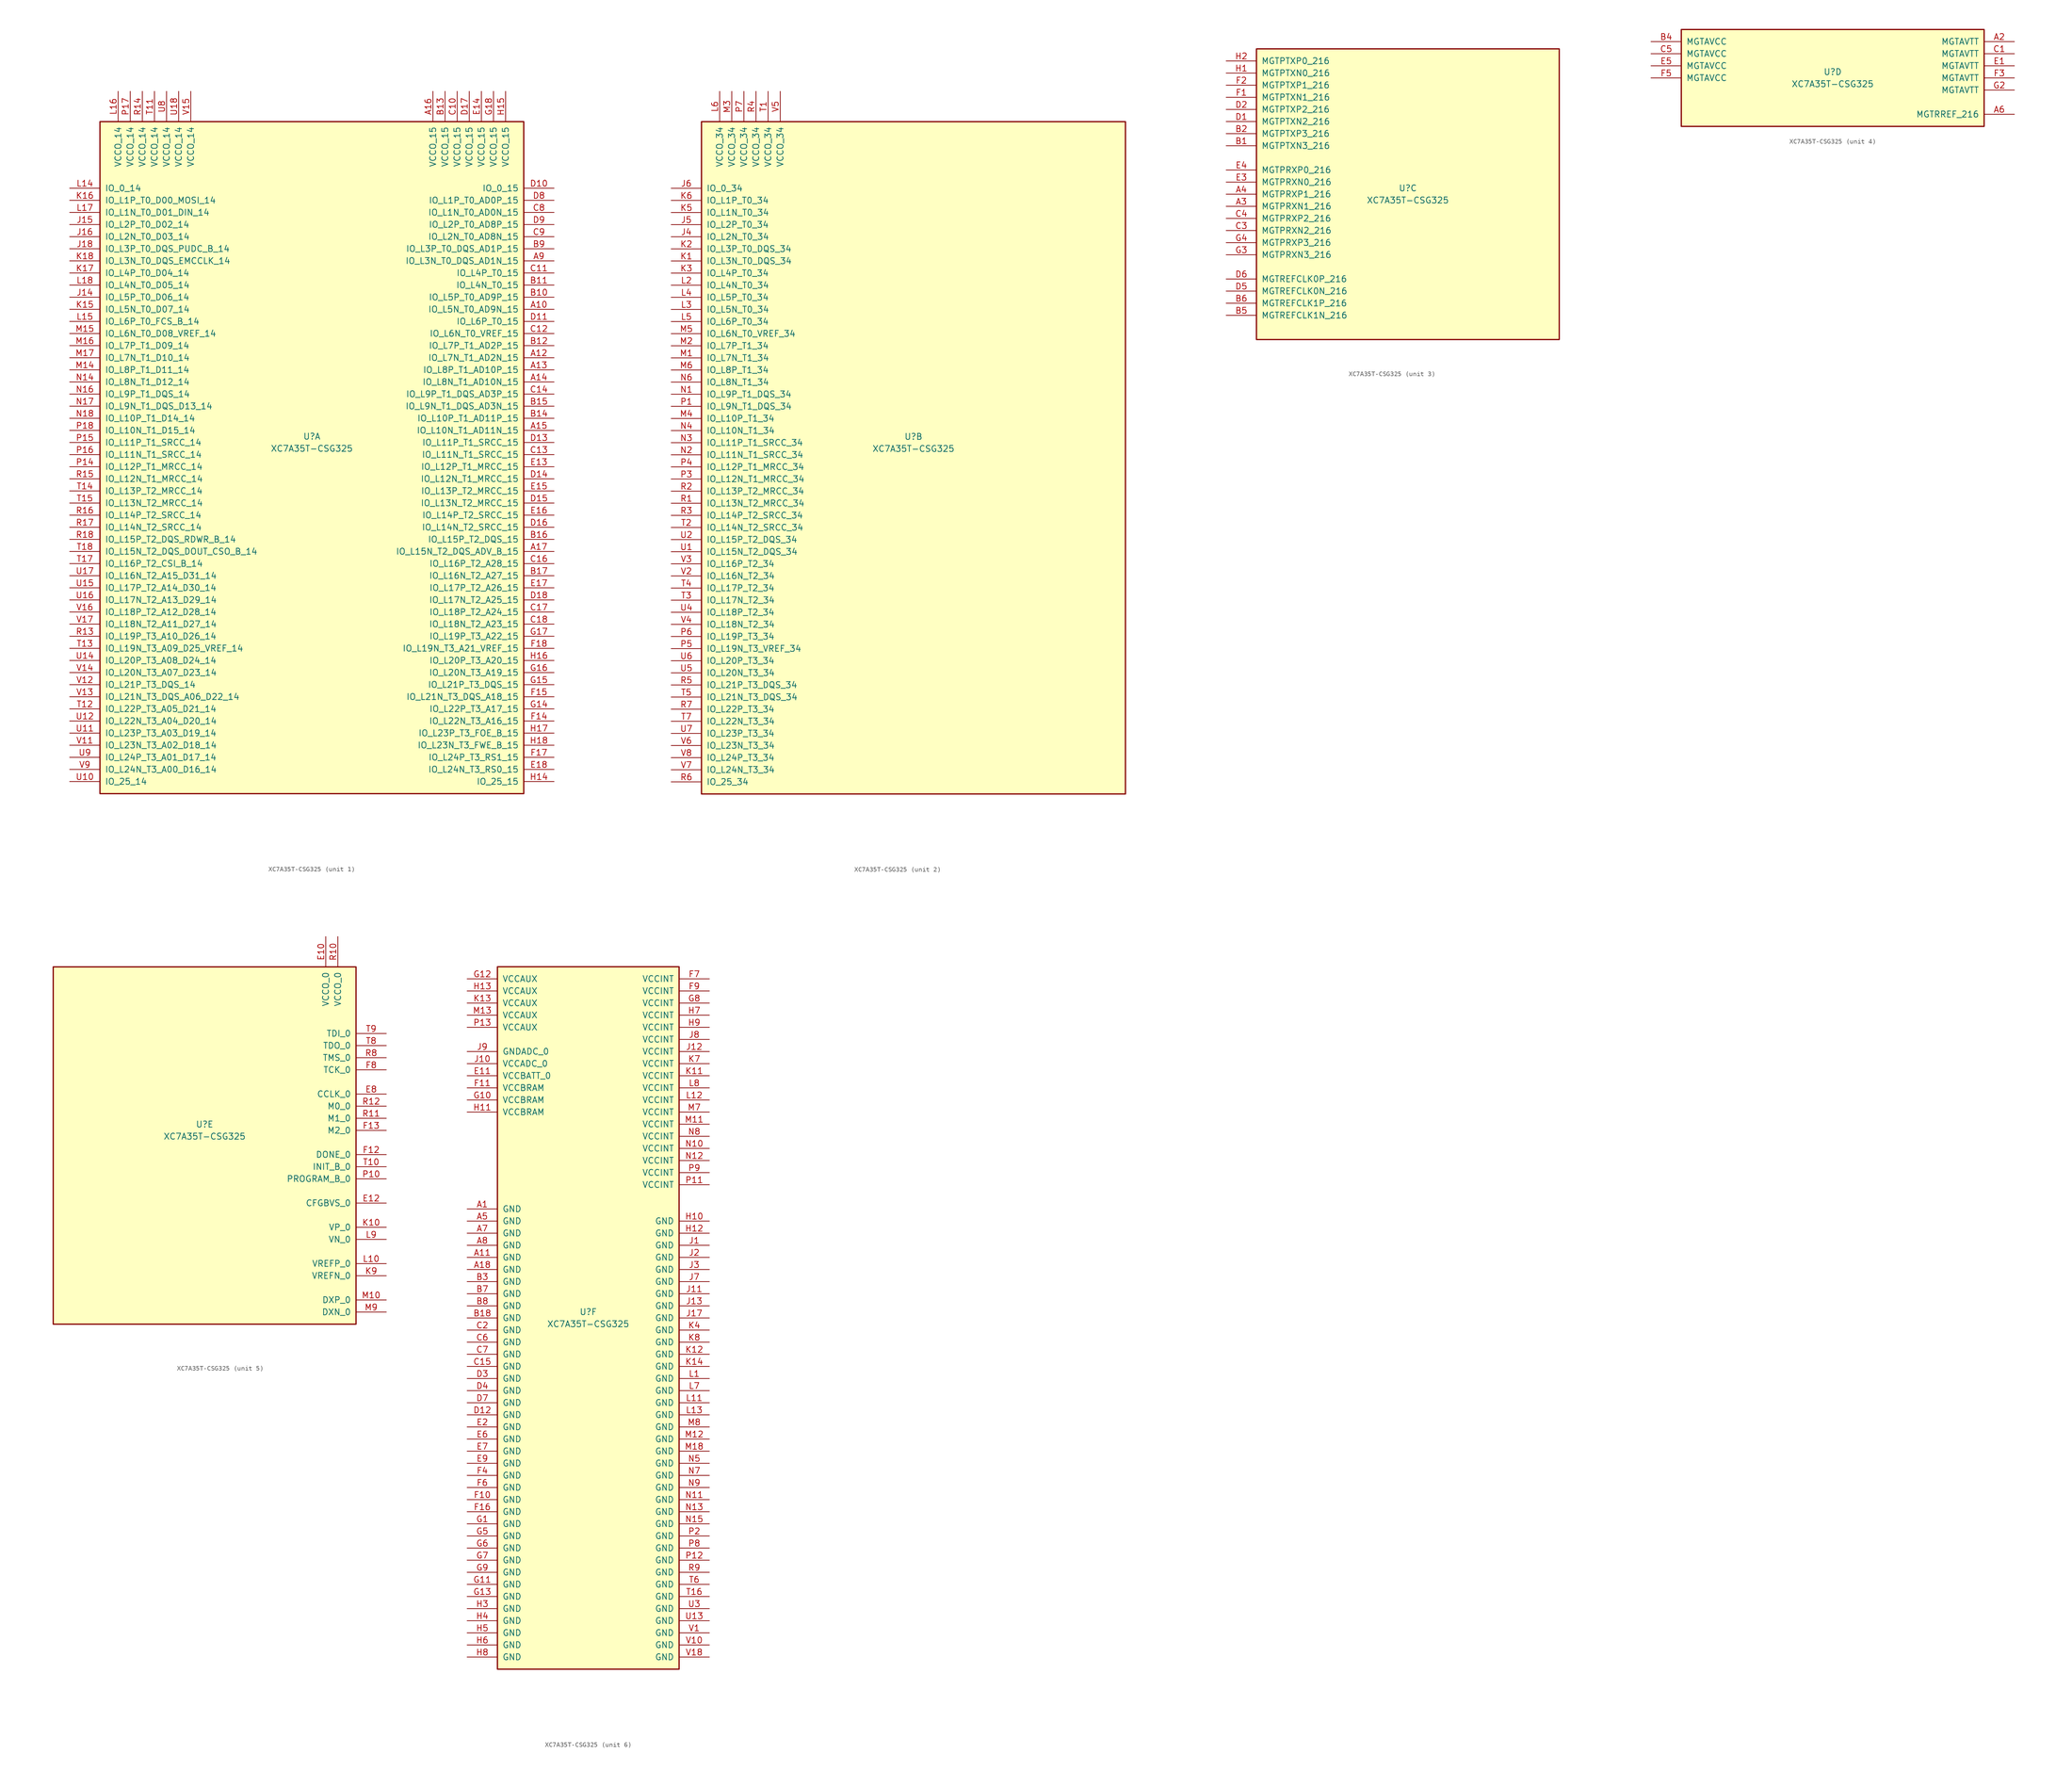
<source format=kicad_sym>
(kicad_symbol_lib
  (version 20231120)
  (generator "kicad_symbol_editor")
  (generator_version "8.0")
  (symbol "XC7A35T-CSG325"
    (pin_names
      (offset 1.016))
    (property "Reference" "U"
      (at 0 1.27 0)
      (effects (font (size 1.27 1.27))))
    (property "Value" "XC7A35T-CSG325"
      (at 0 -1.27 0)
      (effects (font (size 1.27 1.27))))
    (property "Datasheet" ""
      (at 0 0 0)
      (effects (font (size 1.27 1.27))))
    (property "ki_locked" ""
      (at 0 0 0)
      (effects (font (size 1.27 1.27))))
    (symbol "XC7A35T-CSG325_1_1"
      (rectangle (start -44.45 67.31) (end 44.45 -73.66) (stroke (width 0.254) (type default)) (fill (type background)))
      (pin bidirectional line (at 50.8 27.94 180) (length 6.35) (name "IO_L5N_T0_AD9N_15" (effects (font (size 1.27 1.27)))) (number "A10" (effects (font (size 1.27 1.27)))))
      (pin bidirectional line (at 50.8 17.78 180) (length 6.35) (name "IO_L7N_T1_AD2N_15" (effects (font (size 1.27 1.27)))) (number "A12" (effects (font (size 1.27 1.27)))))
      (pin bidirectional line (at 50.8 15.24 180) (length 6.35) (name "IO_L8P_T1_AD10P_15" (effects (font (size 1.27 1.27)))) (number "A13" (effects (font (size 1.27 1.27)))))
      (pin bidirectional line (at 50.8 12.7 180) (length 6.35) (name "IO_L8N_T1_AD10N_15" (effects (font (size 1.27 1.27)))) (number "A14" (effects (font (size 1.27 1.27)))))
      (pin bidirectional line (at 50.8 2.54 180) (length 6.35) (name "IO_L10N_T1_AD11N_15" (effects (font (size 1.27 1.27)))) (number "A15" (effects (font (size 1.27 1.27)))))
      (pin power_in line (at 25.4 73.66 270) (length 6.35) (name "VCCO_15" (effects (font (size 1.27 1.27)))) (number "A16" (effects (font (size 1.27 1.27)))))
      (pin bidirectional line (at 50.8 -22.86 180) (length 6.35) (name "IO_L15N_T2_DQS_ADV_B_15" (effects (font (size 1.27 1.27)))) (number "A17" (effects (font (size 1.27 1.27)))))
      (pin bidirectional line (at 50.8 38.1 180) (length 6.35) (name "IO_L3N_T0_DQS_AD1N_15" (effects (font (size 1.27 1.27)))) (number "A9" (effects (font (size 1.27 1.27)))))
      (pin bidirectional line (at 50.8 30.48 180) (length 6.35) (name "IO_L5P_T0_AD9P_15" (effects (font (size 1.27 1.27)))) (number "B10" (effects (font (size 1.27 1.27)))))
      (pin bidirectional line (at 50.8 33.02 180) (length 6.35) (name "IO_L4N_T0_15" (effects (font (size 1.27 1.27)))) (number "B11" (effects (font (size 1.27 1.27)))))
      (pin bidirectional line (at 50.8 20.32 180) (length 6.35) (name "IO_L7P_T1_AD2P_15" (effects (font (size 1.27 1.27)))) (number "B12" (effects (font (size 1.27 1.27)))))
      (pin power_in line (at 27.94 73.66 270) (length 6.35) (name "VCCO_15" (effects (font (size 1.27 1.27)))) (number "B13" (effects (font (size 1.27 1.27)))))
      (pin bidirectional line (at 50.8 5.08 180) (length 6.35) (name "IO_L10P_T1_AD11P_15" (effects (font (size 1.27 1.27)))) (number "B14" (effects (font (size 1.27 1.27)))))
      (pin bidirectional line (at 50.8 7.62 180) (length 6.35) (name "IO_L9N_T1_DQS_AD3N_15" (effects (font (size 1.27 1.27)))) (number "B15" (effects (font (size 1.27 1.27)))))
      (pin bidirectional line (at 50.8 -20.32 180) (length 6.35) (name "IO_L15P_T2_DQS_15" (effects (font (size 1.27 1.27)))) (number "B16" (effects (font (size 1.27 1.27)))))
      (pin bidirectional line (at 50.8 -27.94 180) (length 6.35) (name "IO_L16N_T2_A27_15" (effects (font (size 1.27 1.27)))) (number "B17" (effects (font (size 1.27 1.27)))))
      (pin bidirectional line (at 50.8 40.64 180) (length 6.35) (name "IO_L3P_T0_DQS_AD1P_15" (effects (font (size 1.27 1.27)))) (number "B9" (effects (font (size 1.27 1.27)))))
      (pin power_in line (at 30.48 73.66 270) (length 6.35) (name "VCCO_15" (effects (font (size 1.27 1.27)))) (number "C10" (effects (font (size 1.27 1.27)))))
      (pin bidirectional line (at 50.8 35.56 180) (length 6.35) (name "IO_L4P_T0_15" (effects (font (size 1.27 1.27)))) (number "C11" (effects (font (size 1.27 1.27)))))
      (pin bidirectional line (at 50.8 22.86 180) (length 6.35) (name "IO_L6N_T0_VREF_15" (effects (font (size 1.27 1.27)))) (number "C12" (effects (font (size 1.27 1.27)))))
      (pin bidirectional line (at 50.8 -2.54 180) (length 6.35) (name "IO_L11N_T1_SRCC_15" (effects (font (size 1.27 1.27)))) (number "C13" (effects (font (size 1.27 1.27)))))
      (pin bidirectional line (at 50.8 10.16 180) (length 6.35) (name "IO_L9P_T1_DQS_AD3P_15" (effects (font (size 1.27 1.27)))) (number "C14" (effects (font (size 1.27 1.27)))))
      (pin bidirectional line (at 50.8 -25.4 180) (length 6.35) (name "IO_L16P_T2_A28_15" (effects (font (size 1.27 1.27)))) (number "C16" (effects (font (size 1.27 1.27)))))
      (pin bidirectional line (at 50.8 -35.56 180) (length 6.35) (name "IO_L18P_T2_A24_15" (effects (font (size 1.27 1.27)))) (number "C17" (effects (font (size 1.27 1.27)))))
      (pin bidirectional line (at 50.8 -38.1 180) (length 6.35) (name "IO_L18N_T2_A23_15" (effects (font (size 1.27 1.27)))) (number "C18" (effects (font (size 1.27 1.27)))))
      (pin bidirectional line (at 50.8 48.26 180) (length 6.35) (name "IO_L1N_T0_AD0N_15" (effects (font (size 1.27 1.27)))) (number "C8" (effects (font (size 1.27 1.27)))))
      (pin bidirectional line (at 50.8 43.18 180) (length 6.35) (name "IO_L2N_T0_AD8N_15" (effects (font (size 1.27 1.27)))) (number "C9" (effects (font (size 1.27 1.27)))))
      (pin bidirectional line (at 50.8 53.34 180) (length 6.35) (name "IO_0_15" (effects (font (size 1.27 1.27)))) (number "D10" (effects (font (size 1.27 1.27)))))
      (pin bidirectional line (at 50.8 25.4 180) (length 6.35) (name "IO_L6P_T0_15" (effects (font (size 1.27 1.27)))) (number "D11" (effects (font (size 1.27 1.27)))))
      (pin bidirectional line (at 50.8 0 180) (length 6.35) (name "IO_L11P_T1_SRCC_15" (effects (font (size 1.27 1.27)))) (number "D13" (effects (font (size 1.27 1.27)))))
      (pin bidirectional line (at 50.8 -7.62 180) (length 6.35) (name "IO_L12N_T1_MRCC_15" (effects (font (size 1.27 1.27)))) (number "D14" (effects (font (size 1.27 1.27)))))
      (pin bidirectional line (at 50.8 -12.7 180) (length 6.35) (name "IO_L13N_T2_MRCC_15" (effects (font (size 1.27 1.27)))) (number "D15" (effects (font (size 1.27 1.27)))))
      (pin bidirectional line (at 50.8 -17.78 180) (length 6.35) (name "IO_L14N_T2_SRCC_15" (effects (font (size 1.27 1.27)))) (number "D16" (effects (font (size 1.27 1.27)))))
      (pin power_in line (at 33.02 73.66 270) (length 6.35) (name "VCCO_15" (effects (font (size 1.27 1.27)))) (number "D17" (effects (font (size 1.27 1.27)))))
      (pin bidirectional line (at 50.8 -33.02 180) (length 6.35) (name "IO_L17N_T2_A25_15" (effects (font (size 1.27 1.27)))) (number "D18" (effects (font (size 1.27 1.27)))))
      (pin bidirectional line (at 50.8 50.8 180) (length 6.35) (name "IO_L1P_T0_AD0P_15" (effects (font (size 1.27 1.27)))) (number "D8" (effects (font (size 1.27 1.27)))))
      (pin bidirectional line (at 50.8 45.72 180) (length 6.35) (name "IO_L2P_T0_AD8P_15" (effects (font (size 1.27 1.27)))) (number "D9" (effects (font (size 1.27 1.27)))))
      (pin bidirectional line (at 50.8 -5.08 180) (length 6.35) (name "IO_L12P_T1_MRCC_15" (effects (font (size 1.27 1.27)))) (number "E13" (effects (font (size 1.27 1.27)))))
      (pin power_in line (at 35.56 73.66 270) (length 6.35) (name "VCCO_15" (effects (font (size 1.27 1.27)))) (number "E14" (effects (font (size 1.27 1.27)))))
      (pin bidirectional line (at 50.8 -10.16 180) (length 6.35) (name "IO_L13P_T2_MRCC_15" (effects (font (size 1.27 1.27)))) (number "E15" (effects (font (size 1.27 1.27)))))
      (pin bidirectional line (at 50.8 -15.24 180) (length 6.35) (name "IO_L14P_T2_SRCC_15" (effects (font (size 1.27 1.27)))) (number "E16" (effects (font (size 1.27 1.27)))))
      (pin bidirectional line (at 50.8 -30.48 180) (length 6.35) (name "IO_L17P_T2_A26_15" (effects (font (size 1.27 1.27)))) (number "E17" (effects (font (size 1.27 1.27)))))
      (pin bidirectional line (at 50.8 -68.58 180) (length 6.35) (name "IO_L24N_T3_RS0_15" (effects (font (size 1.27 1.27)))) (number "E18" (effects (font (size 1.27 1.27)))))
      (pin bidirectional line (at 50.8 -58.42 180) (length 6.35) (name "IO_L22N_T3_A16_15" (effects (font (size 1.27 1.27)))) (number "F14" (effects (font (size 1.27 1.27)))))
      (pin bidirectional line (at 50.8 -53.34 180) (length 6.35) (name "IO_L21N_T3_DQS_A18_15" (effects (font (size 1.27 1.27)))) (number "F15" (effects (font (size 1.27 1.27)))))
      (pin bidirectional line (at 50.8 -66.04 180) (length 6.35) (name "IO_L24P_T3_RS1_15" (effects (font (size 1.27 1.27)))) (number "F17" (effects (font (size 1.27 1.27)))))
      (pin bidirectional line (at 50.8 -43.18 180) (length 6.35) (name "IO_L19N_T3_A21_VREF_15" (effects (font (size 1.27 1.27)))) (number "F18" (effects (font (size 1.27 1.27)))))
      (pin bidirectional line (at 50.8 -55.88 180) (length 6.35) (name "IO_L22P_T3_A17_15" (effects (font (size 1.27 1.27)))) (number "G14" (effects (font (size 1.27 1.27)))))
      (pin bidirectional line (at 50.8 -50.8 180) (length 6.35) (name "IO_L21P_T3_DQS_15" (effects (font (size 1.27 1.27)))) (number "G15" (effects (font (size 1.27 1.27)))))
      (pin bidirectional line (at 50.8 -48.26 180) (length 6.35) (name "IO_L20N_T3_A19_15" (effects (font (size 1.27 1.27)))) (number "G16" (effects (font (size 1.27 1.27)))))
      (pin bidirectional line (at 50.8 -40.64 180) (length 6.35) (name "IO_L19P_T3_A22_15" (effects (font (size 1.27 1.27)))) (number "G17" (effects (font (size 1.27 1.27)))))
      (pin power_in line (at 38.1 73.66 270) (length 6.35) (name "VCCO_15" (effects (font (size 1.27 1.27)))) (number "G18" (effects (font (size 1.27 1.27)))))
      (pin bidirectional line (at 50.8 -71.12 180) (length 6.35) (name "IO_25_15" (effects (font (size 1.27 1.27)))) (number "H14" (effects (font (size 1.27 1.27)))))
      (pin power_in line (at 40.64 73.66 270) (length 6.35) (name "VCCO_15" (effects (font (size 1.27 1.27)))) (number "H15" (effects (font (size 1.27 1.27)))))
      (pin bidirectional line (at 50.8 -45.72 180) (length 6.35) (name "IO_L20P_T3_A20_15" (effects (font (size 1.27 1.27)))) (number "H16" (effects (font (size 1.27 1.27)))))
      (pin bidirectional line (at 50.8 -60.96 180) (length 6.35) (name "IO_L23P_T3_FOE_B_15" (effects (font (size 1.27 1.27)))) (number "H17" (effects (font (size 1.27 1.27)))))
      (pin bidirectional line (at 50.8 -63.5 180) (length 6.35) (name "IO_L23N_T3_FWE_B_15" (effects (font (size 1.27 1.27)))) (number "H18" (effects (font (size 1.27 1.27)))))
      (pin bidirectional line (at -50.8 30.48 0) (length 6.35) (name "IO_L5P_T0_D06_14" (effects (font (size 1.27 1.27)))) (number "J14" (effects (font (size 1.27 1.27)))))
      (pin bidirectional line (at -50.8 45.72 0) (length 6.35) (name "IO_L2P_T0_D02_14" (effects (font (size 1.27 1.27)))) (number "J15" (effects (font (size 1.27 1.27)))))
      (pin bidirectional line (at -50.8 43.18 0) (length 6.35) (name "IO_L2N_T0_D03_14" (effects (font (size 1.27 1.27)))) (number "J16" (effects (font (size 1.27 1.27)))))
      (pin bidirectional line (at -50.8 40.64 0) (length 6.35) (name "IO_L3P_T0_DQS_PUDC_B_14" (effects (font (size 1.27 1.27)))) (number "J18" (effects (font (size 1.27 1.27)))))
      (pin bidirectional line (at -50.8 27.94 0) (length 6.35) (name "IO_L5N_T0_D07_14" (effects (font (size 1.27 1.27)))) (number "K15" (effects (font (size 1.27 1.27)))))
      (pin bidirectional line (at -50.8 50.8 0) (length 6.35) (name "IO_L1P_T0_D00_MOSI_14" (effects (font (size 1.27 1.27)))) (number "K16" (effects (font (size 1.27 1.27)))))
      (pin bidirectional line (at -50.8 35.56 0) (length 6.35) (name "IO_L4P_T0_D04_14" (effects (font (size 1.27 1.27)))) (number "K17" (effects (font (size 1.27 1.27)))))
      (pin bidirectional line (at -50.8 38.1 0) (length 6.35) (name "IO_L3N_T0_DQS_EMCCLK_14" (effects (font (size 1.27 1.27)))) (number "K18" (effects (font (size 1.27 1.27)))))
      (pin bidirectional line (at -50.8 53.34 0) (length 6.35) (name "IO_0_14" (effects (font (size 1.27 1.27)))) (number "L14" (effects (font (size 1.27 1.27)))))
      (pin bidirectional line (at -50.8 25.4 0) (length 6.35) (name "IO_L6P_T0_FCS_B_14" (effects (font (size 1.27 1.27)))) (number "L15" (effects (font (size 1.27 1.27)))))
      (pin power_in line (at -40.64 73.66 270) (length 6.35) (name "VCCO_14" (effects (font (size 1.27 1.27)))) (number "L16" (effects (font (size 1.27 1.27)))))
      (pin bidirectional line (at -50.8 48.26 0) (length 6.35) (name "IO_L1N_T0_D01_DIN_14" (effects (font (size 1.27 1.27)))) (number "L17" (effects (font (size 1.27 1.27)))))
      (pin bidirectional line (at -50.8 33.02 0) (length 6.35) (name "IO_L4N_T0_D05_14" (effects (font (size 1.27 1.27)))) (number "L18" (effects (font (size 1.27 1.27)))))
      (pin bidirectional line (at -50.8 15.24 0) (length 6.35) (name "IO_L8P_T1_D11_14" (effects (font (size 1.27 1.27)))) (number "M14" (effects (font (size 1.27 1.27)))))
      (pin bidirectional line (at -50.8 22.86 0) (length 6.35) (name "IO_L6N_T0_D08_VREF_14" (effects (font (size 1.27 1.27)))) (number "M15" (effects (font (size 1.27 1.27)))))
      (pin bidirectional line (at -50.8 20.32 0) (length 6.35) (name "IO_L7P_T1_D09_14" (effects (font (size 1.27 1.27)))) (number "M16" (effects (font (size 1.27 1.27)))))
      (pin bidirectional line (at -50.8 17.78 0) (length 6.35) (name "IO_L7N_T1_D10_14" (effects (font (size 1.27 1.27)))) (number "M17" (effects (font (size 1.27 1.27)))))
      (pin bidirectional line (at -50.8 12.7 0) (length 6.35) (name "IO_L8N_T1_D12_14" (effects (font (size 1.27 1.27)))) (number "N14" (effects (font (size 1.27 1.27)))))
      (pin bidirectional line (at -50.8 10.16 0) (length 6.35) (name "IO_L9P_T1_DQS_14" (effects (font (size 1.27 1.27)))) (number "N16" (effects (font (size 1.27 1.27)))))
      (pin bidirectional line (at -50.8 7.62 0) (length 6.35) (name "IO_L9N_T1_DQS_D13_14" (effects (font (size 1.27 1.27)))) (number "N17" (effects (font (size 1.27 1.27)))))
      (pin bidirectional line (at -50.8 5.08 0) (length 6.35) (name "IO_L10P_T1_D14_14" (effects (font (size 1.27 1.27)))) (number "N18" (effects (font (size 1.27 1.27)))))
      (pin bidirectional line (at -50.8 -5.08 0) (length 6.35) (name "IO_L12P_T1_MRCC_14" (effects (font (size 1.27 1.27)))) (number "P14" (effects (font (size 1.27 1.27)))))
      (pin bidirectional line (at -50.8 0 0) (length 6.35) (name "IO_L11P_T1_SRCC_14" (effects (font (size 1.27 1.27)))) (number "P15" (effects (font (size 1.27 1.27)))))
      (pin bidirectional line (at -50.8 -2.54 0) (length 6.35) (name "IO_L11N_T1_SRCC_14" (effects (font (size 1.27 1.27)))) (number "P16" (effects (font (size 1.27 1.27)))))
      (pin power_in line (at -38.1 73.66 270) (length 6.35) (name "VCCO_14" (effects (font (size 1.27 1.27)))) (number "P17" (effects (font (size 1.27 1.27)))))
      (pin bidirectional line (at -50.8 2.54 0) (length 6.35) (name "IO_L10N_T1_D15_14" (effects (font (size 1.27 1.27)))) (number "P18" (effects (font (size 1.27 1.27)))))
      (pin bidirectional line (at -50.8 -40.64 0) (length 6.35) (name "IO_L19P_T3_A10_D26_14" (effects (font (size 1.27 1.27)))) (number "R13" (effects (font (size 1.27 1.27)))))
      (pin power_in line (at -35.56 73.66 270) (length 6.35) (name "VCCO_14" (effects (font (size 1.27 1.27)))) (number "R14" (effects (font (size 1.27 1.27)))))
      (pin bidirectional line (at -50.8 -7.62 0) (length 6.35) (name "IO_L12N_T1_MRCC_14" (effects (font (size 1.27 1.27)))) (number "R15" (effects (font (size 1.27 1.27)))))
      (pin bidirectional line (at -50.8 -15.24 0) (length 6.35) (name "IO_L14P_T2_SRCC_14" (effects (font (size 1.27 1.27)))) (number "R16" (effects (font (size 1.27 1.27)))))
      (pin bidirectional line (at -50.8 -17.78 0) (length 6.35) (name "IO_L14N_T2_SRCC_14" (effects (font (size 1.27 1.27)))) (number "R17" (effects (font (size 1.27 1.27)))))
      (pin bidirectional line (at -50.8 -20.32 0) (length 6.35) (name "IO_L15P_T2_DQS_RDWR_B_14" (effects (font (size 1.27 1.27)))) (number "R18" (effects (font (size 1.27 1.27)))))
      (pin power_in line (at -33.02 73.66 270) (length 6.35) (name "VCCO_14" (effects (font (size 1.27 1.27)))) (number "T11" (effects (font (size 1.27 1.27)))))
      (pin bidirectional line (at -50.8 -55.88 0) (length 6.35) (name "IO_L22P_T3_A05_D21_14" (effects (font (size 1.27 1.27)))) (number "T12" (effects (font (size 1.27 1.27)))))
      (pin bidirectional line (at -50.8 -43.18 0) (length 6.35) (name "IO_L19N_T3_A09_D25_VREF_14" (effects (font (size 1.27 1.27)))) (number "T13" (effects (font (size 1.27 1.27)))))
      (pin bidirectional line (at -50.8 -10.16 0) (length 6.35) (name "IO_L13P_T2_MRCC_14" (effects (font (size 1.27 1.27)))) (number "T14" (effects (font (size 1.27 1.27)))))
      (pin bidirectional line (at -50.8 -12.7 0) (length 6.35) (name "IO_L13N_T2_MRCC_14" (effects (font (size 1.27 1.27)))) (number "T15" (effects (font (size 1.27 1.27)))))
      (pin bidirectional line (at -50.8 -25.4 0) (length 6.35) (name "IO_L16P_T2_CSI_B_14" (effects (font (size 1.27 1.27)))) (number "T17" (effects (font (size 1.27 1.27)))))
      (pin bidirectional line (at -50.8 -22.86 0) (length 6.35) (name "IO_L15N_T2_DQS_DOUT_CSO_B_14" (effects (font (size 1.27 1.27)))) (number "T18" (effects (font (size 1.27 1.27)))))
      (pin bidirectional line (at -50.8 -71.12 0) (length 6.35) (name "IO_25_14" (effects (font (size 1.27 1.27)))) (number "U10" (effects (font (size 1.27 1.27)))))
      (pin bidirectional line (at -50.8 -60.96 0) (length 6.35) (name "IO_L23P_T3_A03_D19_14" (effects (font (size 1.27 1.27)))) (number "U11" (effects (font (size 1.27 1.27)))))
      (pin bidirectional line (at -50.8 -58.42 0) (length 6.35) (name "IO_L22N_T3_A04_D20_14" (effects (font (size 1.27 1.27)))) (number "U12" (effects (font (size 1.27 1.27)))))
      (pin bidirectional line (at -50.8 -45.72 0) (length 6.35) (name "IO_L20P_T3_A08_D24_14" (effects (font (size 1.27 1.27)))) (number "U14" (effects (font (size 1.27 1.27)))))
      (pin bidirectional line (at -50.8 -30.48 0) (length 6.35) (name "IO_L17P_T2_A14_D30_14" (effects (font (size 1.27 1.27)))) (number "U15" (effects (font (size 1.27 1.27)))))
      (pin bidirectional line (at -50.8 -33.02 0) (length 6.35) (name "IO_L17N_T2_A13_D29_14" (effects (font (size 1.27 1.27)))) (number "U16" (effects (font (size 1.27 1.27)))))
      (pin bidirectional line (at -50.8 -27.94 0) (length 6.35) (name "IO_L16N_T2_A15_D31_14" (effects (font (size 1.27 1.27)))) (number "U17" (effects (font (size 1.27 1.27)))))
      (pin power_in line (at -27.94 73.66 270) (length 6.35) (name "VCCO_14" (effects (font (size 1.27 1.27)))) (number "U18" (effects (font (size 1.27 1.27)))))
      (pin power_in line (at -30.48 73.66 270) (length 6.35) (name "VCCO_14" (effects (font (size 1.27 1.27)))) (number "U8" (effects (font (size 1.27 1.27)))))
      (pin bidirectional line (at -50.8 -66.04 0) (length 6.35) (name "IO_L24P_T3_A01_D17_14" (effects (font (size 1.27 1.27)))) (number "U9" (effects (font (size 1.27 1.27)))))
      (pin bidirectional line (at -50.8 -63.5 0) (length 6.35) (name "IO_L23N_T3_A02_D18_14" (effects (font (size 1.27 1.27)))) (number "V11" (effects (font (size 1.27 1.27)))))
      (pin bidirectional line (at -50.8 -50.8 0) (length 6.35) (name "IO_L21P_T3_DQS_14" (effects (font (size 1.27 1.27)))) (number "V12" (effects (font (size 1.27 1.27)))))
      (pin bidirectional line (at -50.8 -53.34 0) (length 6.35) (name "IO_L21N_T3_DQS_A06_D22_14" (effects (font (size 1.27 1.27)))) (number "V13" (effects (font (size 1.27 1.27)))))
      (pin bidirectional line (at -50.8 -48.26 0) (length 6.35) (name "IO_L20N_T3_A07_D23_14" (effects (font (size 1.27 1.27)))) (number "V14" (effects (font (size 1.27 1.27)))))
      (pin power_in line (at -25.4 73.66 270) (length 6.35) (name "VCCO_14" (effects (font (size 1.27 1.27)))) (number "V15" (effects (font (size 1.27 1.27)))))
      (pin bidirectional line (at -50.8 -35.56 0) (length 6.35) (name "IO_L18P_T2_A12_D28_14" (effects (font (size 1.27 1.27)))) (number "V16" (effects (font (size 1.27 1.27)))))
      (pin bidirectional line (at -50.8 -38.1 0) (length 6.35) (name "IO_L18N_T2_A11_D27_14" (effects (font (size 1.27 1.27)))) (number "V17" (effects (font (size 1.27 1.27)))))
      (pin bidirectional line (at -50.8 -68.58 0) (length 6.35) (name "IO_L24N_T3_A00_D16_14" (effects (font (size 1.27 1.27)))) (number "V9" (effects (font (size 1.27 1.27))))))
    (symbol "XC7A35T-CSG325_2_1"
      (rectangle (start -44.45 67.31) (end 44.45 -73.66) (stroke (width 0.254) (type default)) (fill (type background)))
      (pin bidirectional line (at -50.8 43.18 0) (length 6.35) (name "IO_L2N_T0_34" (effects (font (size 1.27 1.27)))) (number "J4" (effects (font (size 1.27 1.27)))))
      (pin bidirectional line (at -50.8 45.72 0) (length 6.35) (name "IO_L2P_T0_34" (effects (font (size 1.27 1.27)))) (number "J5" (effects (font (size 1.27 1.27)))))
      (pin bidirectional line (at -50.8 53.34 0) (length 6.35) (name "IO_0_34" (effects (font (size 1.27 1.27)))) (number "J6" (effects (font (size 1.27 1.27)))))
      (pin bidirectional line (at -50.8 38.1 0) (length 6.35) (name "IO_L3N_T0_DQS_34" (effects (font (size 1.27 1.27)))) (number "K1" (effects (font (size 1.27 1.27)))))
      (pin bidirectional line (at -50.8 40.64 0) (length 6.35) (name "IO_L3P_T0_DQS_34" (effects (font (size 1.27 1.27)))) (number "K2" (effects (font (size 1.27 1.27)))))
      (pin bidirectional line (at -50.8 35.56 0) (length 6.35) (name "IO_L4P_T0_34" (effects (font (size 1.27 1.27)))) (number "K3" (effects (font (size 1.27 1.27)))))
      (pin bidirectional line (at -50.8 48.26 0) (length 6.35) (name "IO_L1N_T0_34" (effects (font (size 1.27 1.27)))) (number "K5" (effects (font (size 1.27 1.27)))))
      (pin bidirectional line (at -50.8 50.8 0) (length 6.35) (name "IO_L1P_T0_34" (effects (font (size 1.27 1.27)))) (number "K6" (effects (font (size 1.27 1.27)))))
      (pin bidirectional line (at -50.8 33.02 0) (length 6.35) (name "IO_L4N_T0_34" (effects (font (size 1.27 1.27)))) (number "L2" (effects (font (size 1.27 1.27)))))
      (pin bidirectional line (at -50.8 27.94 0) (length 6.35) (name "IO_L5N_T0_34" (effects (font (size 1.27 1.27)))) (number "L3" (effects (font (size 1.27 1.27)))))
      (pin bidirectional line (at -50.8 30.48 0) (length 6.35) (name "IO_L5P_T0_34" (effects (font (size 1.27 1.27)))) (number "L4" (effects (font (size 1.27 1.27)))))
      (pin bidirectional line (at -50.8 25.4 0) (length 6.35) (name "IO_L6P_T0_34" (effects (font (size 1.27 1.27)))) (number "L5" (effects (font (size 1.27 1.27)))))
      (pin power_in line (at -40.64 73.66 270) (length 6.35) (name "VCCO_34" (effects (font (size 1.27 1.27)))) (number "L6" (effects (font (size 1.27 1.27)))))
      (pin bidirectional line (at -50.8 17.78 0) (length 6.35) (name "IO_L7N_T1_34" (effects (font (size 1.27 1.27)))) (number "M1" (effects (font (size 1.27 1.27)))))
      (pin bidirectional line (at -50.8 20.32 0) (length 6.35) (name "IO_L7P_T1_34" (effects (font (size 1.27 1.27)))) (number "M2" (effects (font (size 1.27 1.27)))))
      (pin power_in line (at -38.1 73.66 270) (length 6.35) (name "VCCO_34" (effects (font (size 1.27 1.27)))) (number "M3" (effects (font (size 1.27 1.27)))))
      (pin bidirectional line (at -50.8 5.08 0) (length 6.35) (name "IO_L10P_T1_34" (effects (font (size 1.27 1.27)))) (number "M4" (effects (font (size 1.27 1.27)))))
      (pin bidirectional line (at -50.8 22.86 0) (length 6.35) (name "IO_L6N_T0_VREF_34" (effects (font (size 1.27 1.27)))) (number "M5" (effects (font (size 1.27 1.27)))))
      (pin bidirectional line (at -50.8 15.24 0) (length 6.35) (name "IO_L8P_T1_34" (effects (font (size 1.27 1.27)))) (number "M6" (effects (font (size 1.27 1.27)))))
      (pin bidirectional line (at -50.8 10.16 0) (length 6.35) (name "IO_L9P_T1_DQS_34" (effects (font (size 1.27 1.27)))) (number "N1" (effects (font (size 1.27 1.27)))))
      (pin bidirectional line (at -50.8 -2.54 0) (length 6.35) (name "IO_L11N_T1_SRCC_34" (effects (font (size 1.27 1.27)))) (number "N2" (effects (font (size 1.27 1.27)))))
      (pin bidirectional line (at -50.8 0 0) (length 6.35) (name "IO_L11P_T1_SRCC_34" (effects (font (size 1.27 1.27)))) (number "N3" (effects (font (size 1.27 1.27)))))
      (pin bidirectional line (at -50.8 2.54 0) (length 6.35) (name "IO_L10N_T1_34" (effects (font (size 1.27 1.27)))) (number "N4" (effects (font (size 1.27 1.27)))))
      (pin bidirectional line (at -50.8 12.7 0) (length 6.35) (name "IO_L8N_T1_34" (effects (font (size 1.27 1.27)))) (number "N6" (effects (font (size 1.27 1.27)))))
      (pin bidirectional line (at -50.8 7.62 0) (length 6.35) (name "IO_L9N_T1_DQS_34" (effects (font (size 1.27 1.27)))) (number "P1" (effects (font (size 1.27 1.27)))))
      (pin bidirectional line (at -50.8 -7.62 0) (length 6.35) (name "IO_L12N_T1_MRCC_34" (effects (font (size 1.27 1.27)))) (number "P3" (effects (font (size 1.27 1.27)))))
      (pin bidirectional line (at -50.8 -5.08 0) (length 6.35) (name "IO_L12P_T1_MRCC_34" (effects (font (size 1.27 1.27)))) (number "P4" (effects (font (size 1.27 1.27)))))
      (pin bidirectional line (at -50.8 -43.18 0) (length 6.35) (name "IO_L19N_T3_VREF_34" (effects (font (size 1.27 1.27)))) (number "P5" (effects (font (size 1.27 1.27)))))
      (pin bidirectional line (at -50.8 -40.64 0) (length 6.35) (name "IO_L19P_T3_34" (effects (font (size 1.27 1.27)))) (number "P6" (effects (font (size 1.27 1.27)))))
      (pin power_in line (at -35.56 73.66 270) (length 6.35) (name "VCCO_34" (effects (font (size 1.27 1.27)))) (number "P7" (effects (font (size 1.27 1.27)))))
      (pin bidirectional line (at -50.8 -12.7 0) (length 6.35) (name "IO_L13N_T2_MRCC_34" (effects (font (size 1.27 1.27)))) (number "R1" (effects (font (size 1.27 1.27)))))
      (pin bidirectional line (at -50.8 -10.16 0) (length 6.35) (name "IO_L13P_T2_MRCC_34" (effects (font (size 1.27 1.27)))) (number "R2" (effects (font (size 1.27 1.27)))))
      (pin bidirectional line (at -50.8 -15.24 0) (length 6.35) (name "IO_L14P_T2_SRCC_34" (effects (font (size 1.27 1.27)))) (number "R3" (effects (font (size 1.27 1.27)))))
      (pin power_in line (at -33.02 73.66 270) (length 6.35) (name "VCCO_34" (effects (font (size 1.27 1.27)))) (number "R4" (effects (font (size 1.27 1.27)))))
      (pin bidirectional line (at -50.8 -50.8 0) (length 6.35) (name "IO_L21P_T3_DQS_34" (effects (font (size 1.27 1.27)))) (number "R5" (effects (font (size 1.27 1.27)))))
      (pin bidirectional line (at -50.8 -71.12 0) (length 6.35) (name "IO_25_34" (effects (font (size 1.27 1.27)))) (number "R6" (effects (font (size 1.27 1.27)))))
      (pin bidirectional line (at -50.8 -55.88 0) (length 6.35) (name "IO_L22P_T3_34" (effects (font (size 1.27 1.27)))) (number "R7" (effects (font (size 1.27 1.27)))))
      (pin power_in line (at -30.48 73.66 270) (length 6.35) (name "VCCO_34" (effects (font (size 1.27 1.27)))) (number "T1" (effects (font (size 1.27 1.27)))))
      (pin bidirectional line (at -50.8 -17.78 0) (length 6.35) (name "IO_L14N_T2_SRCC_34" (effects (font (size 1.27 1.27)))) (number "T2" (effects (font (size 1.27 1.27)))))
      (pin bidirectional line (at -50.8 -33.02 0) (length 6.35) (name "IO_L17N_T2_34" (effects (font (size 1.27 1.27)))) (number "T3" (effects (font (size 1.27 1.27)))))
      (pin bidirectional line (at -50.8 -30.48 0) (length 6.35) (name "IO_L17P_T2_34" (effects (font (size 1.27 1.27)))) (number "T4" (effects (font (size 1.27 1.27)))))
      (pin bidirectional line (at -50.8 -53.34 0) (length 6.35) (name "IO_L21N_T3_DQS_34" (effects (font (size 1.27 1.27)))) (number "T5" (effects (font (size 1.27 1.27)))))
      (pin bidirectional line (at -50.8 -58.42 0) (length 6.35) (name "IO_L22N_T3_34" (effects (font (size 1.27 1.27)))) (number "T7" (effects (font (size 1.27 1.27)))))
      (pin bidirectional line (at -50.8 -22.86 0) (length 6.35) (name "IO_L15N_T2_DQS_34" (effects (font (size 1.27 1.27)))) (number "U1" (effects (font (size 1.27 1.27)))))
      (pin bidirectional line (at -50.8 -20.32 0) (length 6.35) (name "IO_L15P_T2_DQS_34" (effects (font (size 1.27 1.27)))) (number "U2" (effects (font (size 1.27 1.27)))))
      (pin bidirectional line (at -50.8 -35.56 0) (length 6.35) (name "IO_L18P_T2_34" (effects (font (size 1.27 1.27)))) (number "U4" (effects (font (size 1.27 1.27)))))
      (pin bidirectional line (at -50.8 -48.26 0) (length 6.35) (name "IO_L20N_T3_34" (effects (font (size 1.27 1.27)))) (number "U5" (effects (font (size 1.27 1.27)))))
      (pin bidirectional line (at -50.8 -45.72 0) (length 6.35) (name "IO_L20P_T3_34" (effects (font (size 1.27 1.27)))) (number "U6" (effects (font (size 1.27 1.27)))))
      (pin bidirectional line (at -50.8 -60.96 0) (length 6.35) (name "IO_L23P_T3_34" (effects (font (size 1.27 1.27)))) (number "U7" (effects (font (size 1.27 1.27)))))
      (pin bidirectional line (at -50.8 -27.94 0) (length 6.35) (name "IO_L16N_T2_34" (effects (font (size 1.27 1.27)))) (number "V2" (effects (font (size 1.27 1.27)))))
      (pin bidirectional line (at -50.8 -25.4 0) (length 6.35) (name "IO_L16P_T2_34" (effects (font (size 1.27 1.27)))) (number "V3" (effects (font (size 1.27 1.27)))))
      (pin bidirectional line (at -50.8 -38.1 0) (length 6.35) (name "IO_L18N_T2_34" (effects (font (size 1.27 1.27)))) (number "V4" (effects (font (size 1.27 1.27)))))
      (pin power_in line (at -27.94 73.66 270) (length 6.35) (name "VCCO_34" (effects (font (size 1.27 1.27)))) (number "V5" (effects (font (size 1.27 1.27)))))
      (pin bidirectional line (at -50.8 -63.5 0) (length 6.35) (name "IO_L23N_T3_34" (effects (font (size 1.27 1.27)))) (number "V6" (effects (font (size 1.27 1.27)))))
      (pin bidirectional line (at -50.8 -68.58 0) (length 6.35) (name "IO_L24N_T3_34" (effects (font (size 1.27 1.27)))) (number "V7" (effects (font (size 1.27 1.27)))))
      (pin bidirectional line (at -50.8 -66.04 0) (length 6.35) (name "IO_L24P_T3_34" (effects (font (size 1.27 1.27)))) (number "V8" (effects (font (size 1.27 1.27))))))
    (symbol "XC7A35T-CSG325_3_1"
      (rectangle (start -31.75 30.48) (end 31.75 -30.48) (stroke (width 0.254) (type default)) (fill (type background)))
      (pin bidirectional line (at -38.1 -2.54 0) (length 6.35) (name "MGTPRXN1_216" (effects (font (size 1.27 1.27)))) (number "A3" (effects (font (size 1.27 1.27)))))
      (pin bidirectional line (at -38.1 0 0) (length 6.35) (name "MGTPRXP1_216" (effects (font (size 1.27 1.27)))) (number "A4" (effects (font (size 1.27 1.27)))))
      (pin bidirectional line (at -38.1 10.16 0) (length 6.35) (name "MGTPTXN3_216" (effects (font (size 1.27 1.27)))) (number "B1" (effects (font (size 1.27 1.27)))))
      (pin bidirectional line (at -38.1 12.7 0) (length 6.35) (name "MGTPTXP3_216" (effects (font (size 1.27 1.27)))) (number "B2" (effects (font (size 1.27 1.27)))))
      (pin bidirectional line (at -38.1 -25.4 0) (length 6.35) (name "MGTREFCLK1N_216" (effects (font (size 1.27 1.27)))) (number "B5" (effects (font (size 1.27 1.27)))))
      (pin bidirectional line (at -38.1 -22.86 0) (length 6.35) (name "MGTREFCLK1P_216" (effects (font (size 1.27 1.27)))) (number "B6" (effects (font (size 1.27 1.27)))))
      (pin bidirectional line (at -38.1 -7.62 0) (length 6.35) (name "MGTPRXN2_216" (effects (font (size 1.27 1.27)))) (number "C3" (effects (font (size 1.27 1.27)))))
      (pin bidirectional line (at -38.1 -5.08 0) (length 6.35) (name "MGTPRXP2_216" (effects (font (size 1.27 1.27)))) (number "C4" (effects (font (size 1.27 1.27)))))
      (pin bidirectional line (at -38.1 15.24 0) (length 6.35) (name "MGTPTXN2_216" (effects (font (size 1.27 1.27)))) (number "D1" (effects (font (size 1.27 1.27)))))
      (pin bidirectional line (at -38.1 17.78 0) (length 6.35) (name "MGTPTXP2_216" (effects (font (size 1.27 1.27)))) (number "D2" (effects (font (size 1.27 1.27)))))
      (pin bidirectional line (at -38.1 -20.32 0) (length 6.35) (name "MGTREFCLK0N_216" (effects (font (size 1.27 1.27)))) (number "D5" (effects (font (size 1.27 1.27)))))
      (pin bidirectional line (at -38.1 -17.78 0) (length 6.35) (name "MGTREFCLK0P_216" (effects (font (size 1.27 1.27)))) (number "D6" (effects (font (size 1.27 1.27)))))
      (pin bidirectional line (at -38.1 2.54 0) (length 6.35) (name "MGTPRXN0_216" (effects (font (size 1.27 1.27)))) (number "E3" (effects (font (size 1.27 1.27)))))
      (pin bidirectional line (at -38.1 5.08 0) (length 6.35) (name "MGTPRXP0_216" (effects (font (size 1.27 1.27)))) (number "E4" (effects (font (size 1.27 1.27)))))
      (pin bidirectional line (at -38.1 20.32 0) (length 6.35) (name "MGTPTXN1_216" (effects (font (size 1.27 1.27)))) (number "F1" (effects (font (size 1.27 1.27)))))
      (pin bidirectional line (at -38.1 22.86 0) (length 6.35) (name "MGTPTXP1_216" (effects (font (size 1.27 1.27)))) (number "F2" (effects (font (size 1.27 1.27)))))
      (pin bidirectional line (at -38.1 -12.7 0) (length 6.35) (name "MGTPRXN3_216" (effects (font (size 1.27 1.27)))) (number "G3" (effects (font (size 1.27 1.27)))))
      (pin bidirectional line (at -38.1 -10.16 0) (length 6.35) (name "MGTPRXP3_216" (effects (font (size 1.27 1.27)))) (number "G4" (effects (font (size 1.27 1.27)))))
      (pin bidirectional line (at -38.1 25.4 0) (length 6.35) (name "MGTPTXN0_216" (effects (font (size 1.27 1.27)))) (number "H1" (effects (font (size 1.27 1.27)))))
      (pin bidirectional line (at -38.1 27.94 0) (length 6.35) (name "MGTPTXP0_216" (effects (font (size 1.27 1.27)))) (number "H2" (effects (font (size 1.27 1.27))))))
    (symbol "XC7A35T-CSG325_4_1"
      (rectangle (start -31.75 10.16) (end 31.75 -10.16) (stroke (width 0.254) (type default)) (fill (type background)))
      (pin power_in line (at 38.1 7.62 180) (length 6.35) (name "MGTAVTT" (effects (font (size 1.27 1.27)))) (number "A2" (effects (font (size 1.27 1.27)))))
      (pin power_in line (at 38.1 -7.62 180) (length 6.35) (name "MGTRREF_216" (effects (font (size 1.27 1.27)))) (number "A6" (effects (font (size 1.27 1.27)))))
      (pin power_in line (at -38.1 7.62 0) (length 6.35) (name "MGTAVCC" (effects (font (size 1.27 1.27)))) (number "B4" (effects (font (size 1.27 1.27)))))
      (pin power_in line (at 38.1 5.08 180) (length 6.35) (name "MGTAVTT" (effects (font (size 1.27 1.27)))) (number "C1" (effects (font (size 1.27 1.27)))))
      (pin power_in line (at -38.1 5.08 0) (length 6.35) (name "MGTAVCC" (effects (font (size 1.27 1.27)))) (number "C5" (effects (font (size 1.27 1.27)))))
      (pin power_in line (at 38.1 2.54 180) (length 6.35) (name "MGTAVTT" (effects (font (size 1.27 1.27)))) (number "E1" (effects (font (size 1.27 1.27)))))
      (pin power_in line (at -38.1 2.54 0) (length 6.35) (name "MGTAVCC" (effects (font (size 1.27 1.27)))) (number "E5" (effects (font (size 1.27 1.27)))))
      (pin power_in line (at 38.1 0 180) (length 6.35) (name "MGTAVTT" (effects (font (size 1.27 1.27)))) (number "F3" (effects (font (size 1.27 1.27)))))
      (pin power_in line (at -38.1 0 0) (length 6.35) (name "MGTAVCC" (effects (font (size 1.27 1.27)))) (number "F5" (effects (font (size 1.27 1.27)))))
      (pin power_in line (at 38.1 -2.54 180) (length 6.35) (name "MGTAVTT" (effects (font (size 1.27 1.27)))) (number "G2" (effects (font (size 1.27 1.27))))))
    (symbol "XC7A35T-CSG325_5_1"
      (rectangle (start -31.75 34.29) (end 31.75 -40.64) (stroke (width 0.254) (type default)) (fill (type background)))
      (pin power_in line (at 25.4 40.64 270) (length 6.35) (name "VCCO_0" (effects (font (size 1.27 1.27)))) (number "E10" (effects (font (size 1.27 1.27)))))
      (pin bidirectional line (at 38.1 -15.24 180) (length 6.35) (name "CFGBVS_0" (effects (font (size 1.27 1.27)))) (number "E12" (effects (font (size 1.27 1.27)))))
      (pin bidirectional line (at 38.1 7.62 180) (length 6.35) (name "CCLK_0" (effects (font (size 1.27 1.27)))) (number "E8" (effects (font (size 1.27 1.27)))))
      (pin bidirectional line (at 38.1 -5.08 180) (length 6.35) (name "DONE_0" (effects (font (size 1.27 1.27)))) (number "F12" (effects (font (size 1.27 1.27)))))
      (pin bidirectional line (at 38.1 0 180) (length 6.35) (name "M2_0" (effects (font (size 1.27 1.27)))) (number "F13" (effects (font (size 1.27 1.27)))))
      (pin bidirectional line (at 38.1 12.7 180) (length 6.35) (name "TCK_0" (effects (font (size 1.27 1.27)))) (number "F8" (effects (font (size 1.27 1.27)))))
      (pin bidirectional line (at 38.1 -20.32 180) (length 6.35) (name "VP_0" (effects (font (size 1.27 1.27)))) (number "K10" (effects (font (size 1.27 1.27)))))
      (pin bidirectional line (at 38.1 -30.48 180) (length 6.35) (name "VREFN_0" (effects (font (size 1.27 1.27)))) (number "K9" (effects (font (size 1.27 1.27)))))
      (pin bidirectional line (at 38.1 -27.94 180) (length 6.35) (name "VREFP_0" (effects (font (size 1.27 1.27)))) (number "L10" (effects (font (size 1.27 1.27)))))
      (pin bidirectional line (at 38.1 -22.86 180) (length 6.35) (name "VN_0" (effects (font (size 1.27 1.27)))) (number "L9" (effects (font (size 1.27 1.27)))))
      (pin bidirectional line (at 38.1 -35.56 180) (length 6.35) (name "DXP_0" (effects (font (size 1.27 1.27)))) (number "M10" (effects (font (size 1.27 1.27)))))
      (pin bidirectional line (at 38.1 -38.1 180) (length 6.35) (name "DXN_0" (effects (font (size 1.27 1.27)))) (number "M9" (effects (font (size 1.27 1.27)))))
      (pin bidirectional line (at 38.1 -10.16 180) (length 6.35) (name "PROGRAM_B_0" (effects (font (size 1.27 1.27)))) (number "P10" (effects (font (size 1.27 1.27)))))
      (pin power_in line (at 27.94 40.64 270) (length 6.35) (name "VCCO_0" (effects (font (size 1.27 1.27)))) (number "R10" (effects (font (size 1.27 1.27)))))
      (pin bidirectional line (at 38.1 2.54 180) (length 6.35) (name "M1_0" (effects (font (size 1.27 1.27)))) (number "R11" (effects (font (size 1.27 1.27)))))
      (pin bidirectional line (at 38.1 5.08 180) (length 6.35) (name "M0_0" (effects (font (size 1.27 1.27)))) (number "R12" (effects (font (size 1.27 1.27)))))
      (pin bidirectional line (at 38.1 15.24 180) (length 6.35) (name "TMS_0" (effects (font (size 1.27 1.27)))) (number "R8" (effects (font (size 1.27 1.27)))))
      (pin bidirectional line (at 38.1 -7.62 180) (length 6.35) (name "INIT_B_0" (effects (font (size 1.27 1.27)))) (number "T10" (effects (font (size 1.27 1.27)))))
      (pin bidirectional line (at 38.1 17.78 180) (length 6.35) (name "TDO_0" (effects (font (size 1.27 1.27)))) (number "T8" (effects (font (size 1.27 1.27)))))
      (pin bidirectional line (at 38.1 20.32 180) (length 6.35) (name "TDI_0" (effects (font (size 1.27 1.27)))) (number "T9" (effects (font (size 1.27 1.27))))))
    (symbol "XC7A35T-CSG325_6_1"
      (rectangle (start -19.05 73.66) (end 19.05 -73.66) (stroke (width 0.254) (type default)) (fill (type background)))
      (pin power_in line (at -25.4 22.86 0) (length 6.35) (name "GND" (effects (font (size 1.27 1.27)))) (number "A1" (effects (font (size 1.27 1.27)))))
      (pin power_in line (at -25.4 12.7 0) (length 6.35) (name "GND" (effects (font (size 1.27 1.27)))) (number "A11" (effects (font (size 1.27 1.27)))))
      (pin power_in line (at -25.4 10.16 0) (length 6.35) (name "GND" (effects (font (size 1.27 1.27)))) (number "A18" (effects (font (size 1.27 1.27)))))
      (pin power_in line (at -25.4 20.32 0) (length 6.35) (name "GND" (effects (font (size 1.27 1.27)))) (number "A5" (effects (font (size 1.27 1.27)))))
      (pin power_in line (at -25.4 17.78 0) (length 6.35) (name "GND" (effects (font (size 1.27 1.27)))) (number "A7" (effects (font (size 1.27 1.27)))))
      (pin power_in line (at -25.4 15.24 0) (length 6.35) (name "GND" (effects (font (size 1.27 1.27)))) (number "A8" (effects (font (size 1.27 1.27)))))
      (pin power_in line (at -25.4 0 0) (length 6.35) (name "GND" (effects (font (size 1.27 1.27)))) (number "B18" (effects (font (size 1.27 1.27)))))
      (pin power_in line (at -25.4 7.62 0) (length 6.35) (name "GND" (effects (font (size 1.27 1.27)))) (number "B3" (effects (font (size 1.27 1.27)))))
      (pin power_in line (at -25.4 5.08 0) (length 6.35) (name "GND" (effects (font (size 1.27 1.27)))) (number "B7" (effects (font (size 1.27 1.27)))))
      (pin power_in line (at -25.4 2.54 0) (length 6.35) (name "GND" (effects (font (size 1.27 1.27)))) (number "B8" (effects (font (size 1.27 1.27)))))
      (pin power_in line (at -25.4 -10.16 0) (length 6.35) (name "GND" (effects (font (size 1.27 1.27)))) (number "C15" (effects (font (size 1.27 1.27)))))
      (pin power_in line (at -25.4 -2.54 0) (length 6.35) (name "GND" (effects (font (size 1.27 1.27)))) (number "C2" (effects (font (size 1.27 1.27)))))
      (pin power_in line (at -25.4 -5.08 0) (length 6.35) (name "GND" (effects (font (size 1.27 1.27)))) (number "C6" (effects (font (size 1.27 1.27)))))
      (pin power_in line (at -25.4 -7.62 0) (length 6.35) (name "GND" (effects (font (size 1.27 1.27)))) (number "C7" (effects (font (size 1.27 1.27)))))
      (pin power_in line (at -25.4 -20.32 0) (length 6.35) (name "GND" (effects (font (size 1.27 1.27)))) (number "D12" (effects (font (size 1.27 1.27)))))
      (pin power_in line (at -25.4 -12.7 0) (length 6.35) (name "GND" (effects (font (size 1.27 1.27)))) (number "D3" (effects (font (size 1.27 1.27)))))
      (pin power_in line (at -25.4 -15.24 0) (length 6.35) (name "GND" (effects (font (size 1.27 1.27)))) (number "D4" (effects (font (size 1.27 1.27)))))
      (pin power_in line (at -25.4 -17.78 0) (length 6.35) (name "GND" (effects (font (size 1.27 1.27)))) (number "D7" (effects (font (size 1.27 1.27)))))
      (pin power_in line (at -25.4 50.8 0) (length 6.35) (name "VCCBATT_0" (effects (font (size 1.27 1.27)))) (number "E11" (effects (font (size 1.27 1.27)))))
      (pin power_in line (at -25.4 -22.86 0) (length 6.35) (name "GND" (effects (font (size 1.27 1.27)))) (number "E2" (effects (font (size 1.27 1.27)))))
      (pin power_in line (at -25.4 -25.4 0) (length 6.35) (name "GND" (effects (font (size 1.27 1.27)))) (number "E6" (effects (font (size 1.27 1.27)))))
      (pin power_in line (at -25.4 -27.94 0) (length 6.35) (name "GND" (effects (font (size 1.27 1.27)))) (number "E7" (effects (font (size 1.27 1.27)))))
      (pin power_in line (at -25.4 -30.48 0) (length 6.35) (name "GND" (effects (font (size 1.27 1.27)))) (number "E9" (effects (font (size 1.27 1.27)))))
      (pin power_in line (at -25.4 -38.1 0) (length 6.35) (name "GND" (effects (font (size 1.27 1.27)))) (number "F10" (effects (font (size 1.27 1.27)))))
      (pin power_in line (at -25.4 48.26 0) (length 6.35) (name "VCCBRAM" (effects (font (size 1.27 1.27)))) (number "F11" (effects (font (size 1.27 1.27)))))
      (pin power_in line (at -25.4 -40.64 0) (length 6.35) (name "GND" (effects (font (size 1.27 1.27)))) (number "F16" (effects (font (size 1.27 1.27)))))
      (pin power_in line (at -25.4 -33.02 0) (length 6.35) (name "GND" (effects (font (size 1.27 1.27)))) (number "F4" (effects (font (size 1.27 1.27)))))
      (pin power_in line (at -25.4 -35.56 0) (length 6.35) (name "GND" (effects (font (size 1.27 1.27)))) (number "F6" (effects (font (size 1.27 1.27)))))
      (pin power_in line (at 25.4 71.12 180) (length 6.35) (name "VCCINT" (effects (font (size 1.27 1.27)))) (number "F7" (effects (font (size 1.27 1.27)))))
      (pin power_in line (at 25.4 68.58 180) (length 6.35) (name "VCCINT" (effects (font (size 1.27 1.27)))) (number "F9" (effects (font (size 1.27 1.27)))))
      (pin power_in line (at -25.4 -43.18 0) (length 6.35) (name "GND" (effects (font (size 1.27 1.27)))) (number "G1" (effects (font (size 1.27 1.27)))))
      (pin power_in line (at -25.4 45.72 0) (length 6.35) (name "VCCBRAM" (effects (font (size 1.27 1.27)))) (number "G10" (effects (font (size 1.27 1.27)))))
      (pin power_in line (at -25.4 -55.88 0) (length 6.35) (name "GND" (effects (font (size 1.27 1.27)))) (number "G11" (effects (font (size 1.27 1.27)))))
      (pin power_in line (at -25.4 71.12 0) (length 6.35) (name "VCCAUX" (effects (font (size 1.27 1.27)))) (number "G12" (effects (font (size 1.27 1.27)))))
      (pin power_in line (at -25.4 -58.42 0) (length 6.35) (name "GND" (effects (font (size 1.27 1.27)))) (number "G13" (effects (font (size 1.27 1.27)))))
      (pin power_in line (at -25.4 -45.72 0) (length 6.35) (name "GND" (effects (font (size 1.27 1.27)))) (number "G5" (effects (font (size 1.27 1.27)))))
      (pin power_in line (at -25.4 -48.26 0) (length 6.35) (name "GND" (effects (font (size 1.27 1.27)))) (number "G6" (effects (font (size 1.27 1.27)))))
      (pin power_in line (at -25.4 -50.8 0) (length 6.35) (name "GND" (effects (font (size 1.27 1.27)))) (number "G7" (effects (font (size 1.27 1.27)))))
      (pin power_in line (at 25.4 66.04 180) (length 6.35) (name "VCCINT" (effects (font (size 1.27 1.27)))) (number "G8" (effects (font (size 1.27 1.27)))))
      (pin power_in line (at -25.4 -53.34 0) (length 6.35) (name "GND" (effects (font (size 1.27 1.27)))) (number "G9" (effects (font (size 1.27 1.27)))))
      (pin power_in line (at 25.4 20.32 180) (length 6.35) (name "GND" (effects (font (size 1.27 1.27)))) (number "H10" (effects (font (size 1.27 1.27)))))
      (pin power_in line (at -25.4 43.18 0) (length 6.35) (name "VCCBRAM" (effects (font (size 1.27 1.27)))) (number "H11" (effects (font (size 1.27 1.27)))))
      (pin power_in line (at 25.4 17.78 180) (length 6.35) (name "GND" (effects (font (size 1.27 1.27)))) (number "H12" (effects (font (size 1.27 1.27)))))
      (pin power_in line (at -25.4 68.58 0) (length 6.35) (name "VCCAUX" (effects (font (size 1.27 1.27)))) (number "H13" (effects (font (size 1.27 1.27)))))
      (pin power_in line (at -25.4 -60.96 0) (length 6.35) (name "GND" (effects (font (size 1.27 1.27)))) (number "H3" (effects (font (size 1.27 1.27)))))
      (pin power_in line (at -25.4 -63.5 0) (length 6.35) (name "GND" (effects (font (size 1.27 1.27)))) (number "H4" (effects (font (size 1.27 1.27)))))
      (pin power_in line (at -25.4 -66.04 0) (length 6.35) (name "GND" (effects (font (size 1.27 1.27)))) (number "H5" (effects (font (size 1.27 1.27)))))
      (pin power_in line (at -25.4 -68.58 0) (length 6.35) (name "GND" (effects (font (size 1.27 1.27)))) (number "H6" (effects (font (size 1.27 1.27)))))
      (pin power_in line (at 25.4 63.5 180) (length 6.35) (name "VCCINT" (effects (font (size 1.27 1.27)))) (number "H7" (effects (font (size 1.27 1.27)))))
      (pin power_in line (at -25.4 -71.12 0) (length 6.35) (name "GND" (effects (font (size 1.27 1.27)))) (number "H8" (effects (font (size 1.27 1.27)))))
      (pin power_in line (at 25.4 60.96 180) (length 6.35) (name "VCCINT" (effects (font (size 1.27 1.27)))) (number "H9" (effects (font (size 1.27 1.27)))))
      (pin power_in line (at 25.4 15.24 180) (length 6.35) (name "GND" (effects (font (size 1.27 1.27)))) (number "J1" (effects (font (size 1.27 1.27)))))
      (pin power_in line (at -25.4 53.34 0) (length 6.35) (name "VCCADC_0" (effects (font (size 1.27 1.27)))) (number "J10" (effects (font (size 1.27 1.27)))))
      (pin power_in line (at 25.4 5.08 180) (length 6.35) (name "GND" (effects (font (size 1.27 1.27)))) (number "J11" (effects (font (size 1.27 1.27)))))
      (pin power_in line (at 25.4 55.88 180) (length 6.35) (name "VCCINT" (effects (font (size 1.27 1.27)))) (number "J12" (effects (font (size 1.27 1.27)))))
      (pin power_in line (at 25.4 2.54 180) (length 6.35) (name "GND" (effects (font (size 1.27 1.27)))) (number "J13" (effects (font (size 1.27 1.27)))))
      (pin power_in line (at 25.4 0 180) (length 6.35) (name "GND" (effects (font (size 1.27 1.27)))) (number "J17" (effects (font (size 1.27 1.27)))))
      (pin power_in line (at 25.4 12.7 180) (length 6.35) (name "GND" (effects (font (size 1.27 1.27)))) (number "J2" (effects (font (size 1.27 1.27)))))
      (pin power_in line (at 25.4 10.16 180) (length 6.35) (name "GND" (effects (font (size 1.27 1.27)))) (number "J3" (effects (font (size 1.27 1.27)))))
      (pin power_in line (at 25.4 7.62 180) (length 6.35) (name "GND" (effects (font (size 1.27 1.27)))) (number "J7" (effects (font (size 1.27 1.27)))))
      (pin power_in line (at 25.4 58.42 180) (length 6.35) (name "VCCINT" (effects (font (size 1.27 1.27)))) (number "J8" (effects (font (size 1.27 1.27)))))
      (pin power_in line (at -25.4 55.88 0) (length 6.35) (name "GNDADC_0" (effects (font (size 1.27 1.27)))) (number "J9" (effects (font (size 1.27 1.27)))))
      (pin power_in line (at 25.4 50.8 180) (length 6.35) (name "VCCINT" (effects (font (size 1.27 1.27)))) (number "K11" (effects (font (size 1.27 1.27)))))
      (pin power_in line (at 25.4 -7.62 180) (length 6.35) (name "GND" (effects (font (size 1.27 1.27)))) (number "K12" (effects (font (size 1.27 1.27)))))
      (pin power_in line (at -25.4 66.04 0) (length 6.35) (name "VCCAUX" (effects (font (size 1.27 1.27)))) (number "K13" (effects (font (size 1.27 1.27)))))
      (pin power_in line (at 25.4 -10.16 180) (length 6.35) (name "GND" (effects (font (size 1.27 1.27)))) (number "K14" (effects (font (size 1.27 1.27)))))
      (pin power_in line (at 25.4 -2.54 180) (length 6.35) (name "GND" (effects (font (size 1.27 1.27)))) (number "K4" (effects (font (size 1.27 1.27)))))
      (pin power_in line (at 25.4 53.34 180) (length 6.35) (name "VCCINT" (effects (font (size 1.27 1.27)))) (number "K7" (effects (font (size 1.27 1.27)))))
      (pin power_in line (at 25.4 -5.08 180) (length 6.35) (name "GND" (effects (font (size 1.27 1.27)))) (number "K8" (effects (font (size 1.27 1.27)))))
      (pin power_in line (at 25.4 -12.7 180) (length 6.35) (name "GND" (effects (font (size 1.27 1.27)))) (number "L1" (effects (font (size 1.27 1.27)))))
      (pin power_in line (at 25.4 -17.78 180) (length 6.35) (name "GND" (effects (font (size 1.27 1.27)))) (number "L11" (effects (font (size 1.27 1.27)))))
      (pin power_in line (at 25.4 45.72 180) (length 6.35) (name "VCCINT" (effects (font (size 1.27 1.27)))) (number "L12" (effects (font (size 1.27 1.27)))))
      (pin power_in line (at 25.4 -20.32 180) (length 6.35) (name "GND" (effects (font (size 1.27 1.27)))) (number "L13" (effects (font (size 1.27 1.27)))))
      (pin power_in line (at 25.4 -15.24 180) (length 6.35) (name "GND" (effects (font (size 1.27 1.27)))) (number "L7" (effects (font (size 1.27 1.27)))))
      (pin power_in line (at 25.4 48.26 180) (length 6.35) (name "VCCINT" (effects (font (size 1.27 1.27)))) (number "L8" (effects (font (size 1.27 1.27)))))
      (pin power_in line (at 25.4 40.64 180) (length 6.35) (name "VCCINT" (effects (font (size 1.27 1.27)))) (number "M11" (effects (font (size 1.27 1.27)))))
      (pin power_in line (at 25.4 -25.4 180) (length 6.35) (name "GND" (effects (font (size 1.27 1.27)))) (number "M12" (effects (font (size 1.27 1.27)))))
      (pin power_in line (at -25.4 63.5 0) (length 6.35) (name "VCCAUX" (effects (font (size 1.27 1.27)))) (number "M13" (effects (font (size 1.27 1.27)))))
      (pin power_in line (at 25.4 -27.94 180) (length 6.35) (name "GND" (effects (font (size 1.27 1.27)))) (number "M18" (effects (font (size 1.27 1.27)))))
      (pin power_in line (at 25.4 43.18 180) (length 6.35) (name "VCCINT" (effects (font (size 1.27 1.27)))) (number "M7" (effects (font (size 1.27 1.27)))))
      (pin power_in line (at 25.4 -22.86 180) (length 6.35) (name "GND" (effects (font (size 1.27 1.27)))) (number "M8" (effects (font (size 1.27 1.27)))))
      (pin power_in line (at 25.4 35.56 180) (length 6.35) (name "VCCINT" (effects (font (size 1.27 1.27)))) (number "N10" (effects (font (size 1.27 1.27)))))
      (pin power_in line (at 25.4 -38.1 180) (length 6.35) (name "GND" (effects (font (size 1.27 1.27)))) (number "N11" (effects (font (size 1.27 1.27)))))
      (pin power_in line (at 25.4 33.02 180) (length 6.35) (name "VCCINT" (effects (font (size 1.27 1.27)))) (number "N12" (effects (font (size 1.27 1.27)))))
      (pin power_in line (at 25.4 -40.64 180) (length 6.35) (name "GND" (effects (font (size 1.27 1.27)))) (number "N13" (effects (font (size 1.27 1.27)))))
      (pin power_in line (at 25.4 -43.18 180) (length 6.35) (name "GND" (effects (font (size 1.27 1.27)))) (number "N15" (effects (font (size 1.27 1.27)))))
      (pin power_in line (at 25.4 -30.48 180) (length 6.35) (name "GND" (effects (font (size 1.27 1.27)))) (number "N5" (effects (font (size 1.27 1.27)))))
      (pin power_in line (at 25.4 -33.02 180) (length 6.35) (name "GND" (effects (font (size 1.27 1.27)))) (number "N7" (effects (font (size 1.27 1.27)))))
      (pin power_in line (at 25.4 38.1 180) (length 6.35) (name "VCCINT" (effects (font (size 1.27 1.27)))) (number "N8" (effects (font (size 1.27 1.27)))))
      (pin power_in line (at 25.4 -35.56 180) (length 6.35) (name "GND" (effects (font (size 1.27 1.27)))) (number "N9" (effects (font (size 1.27 1.27)))))
      (pin power_in line (at 25.4 27.94 180) (length 6.35) (name "VCCINT" (effects (font (size 1.27 1.27)))) (number "P11" (effects (font (size 1.27 1.27)))))
      (pin power_in line (at 25.4 -50.8 180) (length 6.35) (name "GND" (effects (font (size 1.27 1.27)))) (number "P12" (effects (font (size 1.27 1.27)))))
      (pin power_in line (at -25.4 60.96 0) (length 6.35) (name "VCCAUX" (effects (font (size 1.27 1.27)))) (number "P13" (effects (font (size 1.27 1.27)))))
      (pin power_in line (at 25.4 -45.72 180) (length 6.35) (name "GND" (effects (font (size 1.27 1.27)))) (number "P2" (effects (font (size 1.27 1.27)))))
      (pin power_in line (at 25.4 -48.26 180) (length 6.35) (name "GND" (effects (font (size 1.27 1.27)))) (number "P8" (effects (font (size 1.27 1.27)))))
      (pin power_in line (at 25.4 30.48 180) (length 6.35) (name "VCCINT" (effects (font (size 1.27 1.27)))) (number "P9" (effects (font (size 1.27 1.27)))))
      (pin power_in line (at 25.4 -53.34 180) (length 6.35) (name "GND" (effects (font (size 1.27 1.27)))) (number "R9" (effects (font (size 1.27 1.27)))))
      (pin power_in line (at 25.4 -58.42 180) (length 6.35) (name "GND" (effects (font (size 1.27 1.27)))) (number "T16" (effects (font (size 1.27 1.27)))))
      (pin power_in line (at 25.4 -55.88 180) (length 6.35) (name "GND" (effects (font (size 1.27 1.27)))) (number "T6" (effects (font (size 1.27 1.27)))))
      (pin power_in line (at 25.4 -63.5 180) (length 6.35) (name "GND" (effects (font (size 1.27 1.27)))) (number "U13" (effects (font (size 1.27 1.27)))))
      (pin power_in line (at 25.4 -60.96 180) (length 6.35) (name "GND" (effects (font (size 1.27 1.27)))) (number "U3" (effects (font (size 1.27 1.27)))))
      (pin power_in line (at 25.4 -66.04 180) (length 6.35) (name "GND" (effects (font (size 1.27 1.27)))) (number "V1" (effects (font (size 1.27 1.27)))))
      (pin power_in line (at 25.4 -68.58 180) (length 6.35) (name "GND" (effects (font (size 1.27 1.27)))) (number "V10" (effects (font (size 1.27 1.27)))))
      (pin power_in line (at 25.4 -71.12 180) (length 6.35) (name "GND" (effects (font (size 1.27 1.27)))) (number "V18" (effects (font (size 1.27 1.27))))))))
</source>
